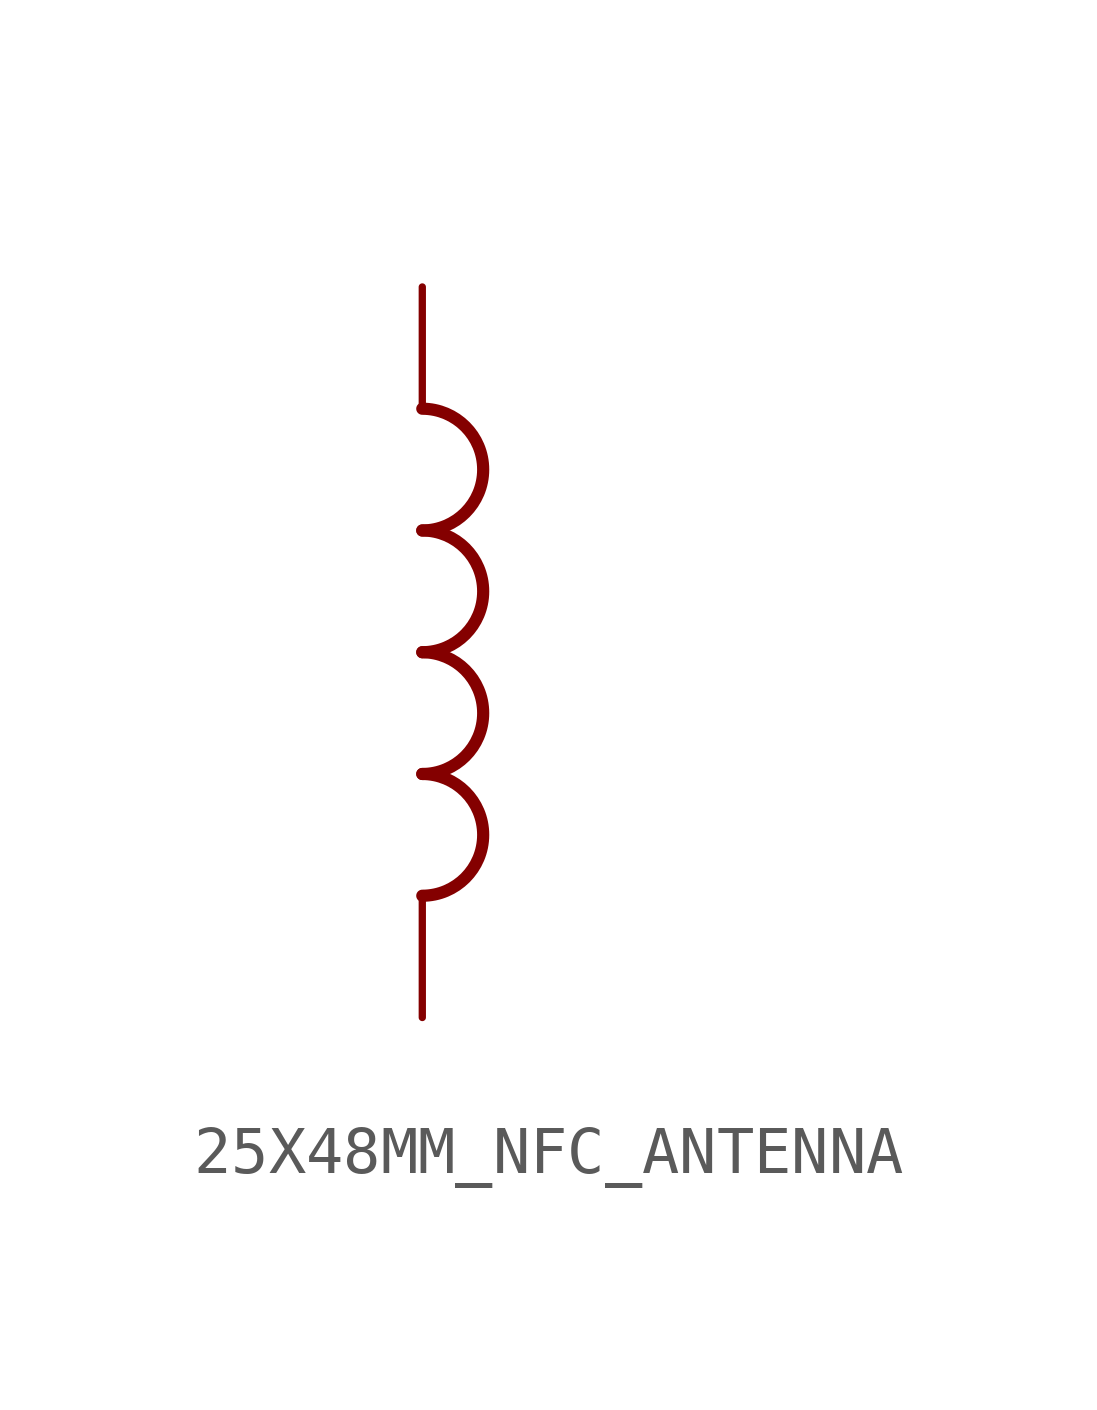
<source format=kicad_sym>
(kicad_symbol_lib
  (version 20231120)
  (generator "kicad_symbol_editor")
  (generator_version "8.0")
  (symbol "25X48MM_NFC_ANTENNA"
    (property "Reference" ""
      (at 5.08 5.08 0)
      (effects (font (size 1.778 1.511)) (justify left bottom) (hide yes)))
    (property "Value" ""
      (at 5.08 2.54 0)
      (effects (font (size 1.778 1.511)) (justify left bottom)))
    (property "ki_locked" ""
      (at 0 0 0)
      (effects (font (size 1.27 1.27))))
    (symbol "25X48MM_NFC_ANTENNA_1_0"
      (arc (start 0 -5.08) (mid 1.27 -3.81) (end 0 -2.54) (stroke (width 0.254) (type solid)) (fill (type none)))
      (arc (start 0 -2.54) (mid 1.27 -1.27) (end 0 0) (stroke (width 0.254) (type solid)) (fill (type none)))
      (arc (start 0 0) (mid 1.27 1.27) (end 0 2.54) (stroke (width 0.254) (type solid)) (fill (type none)))
      (arc (start 0 2.54) (mid 1.27 3.81) (end 0 5.08) (stroke (width 0.254) (type solid)) (fill (type none)))
      (pin bidirectional line (at 0 7.62 270) (length 2.54) (name "P$1" (effects (font (size 0 0)))) (number "P$1" (effects (font (size 0 0)))))
      (pin bidirectional line (at 0 -7.62 90) (length 2.54) (name "P$2" (effects (font (size 0 0)))) (number "P$2" (effects (font (size 0 0))))))))
</source>
